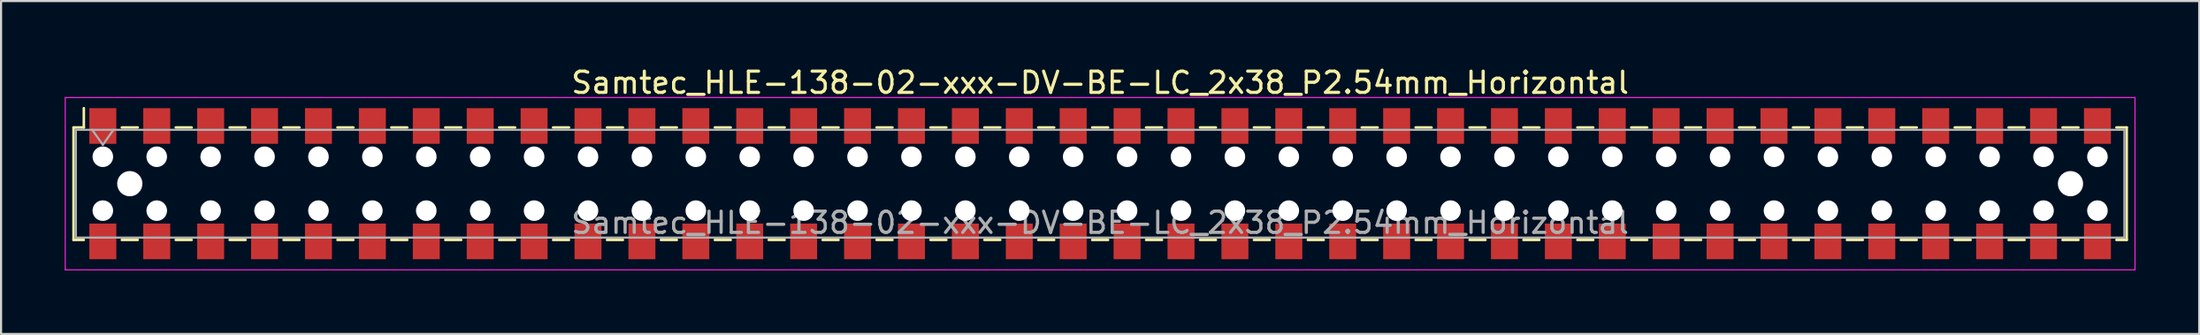
<source format=kicad_pcb>
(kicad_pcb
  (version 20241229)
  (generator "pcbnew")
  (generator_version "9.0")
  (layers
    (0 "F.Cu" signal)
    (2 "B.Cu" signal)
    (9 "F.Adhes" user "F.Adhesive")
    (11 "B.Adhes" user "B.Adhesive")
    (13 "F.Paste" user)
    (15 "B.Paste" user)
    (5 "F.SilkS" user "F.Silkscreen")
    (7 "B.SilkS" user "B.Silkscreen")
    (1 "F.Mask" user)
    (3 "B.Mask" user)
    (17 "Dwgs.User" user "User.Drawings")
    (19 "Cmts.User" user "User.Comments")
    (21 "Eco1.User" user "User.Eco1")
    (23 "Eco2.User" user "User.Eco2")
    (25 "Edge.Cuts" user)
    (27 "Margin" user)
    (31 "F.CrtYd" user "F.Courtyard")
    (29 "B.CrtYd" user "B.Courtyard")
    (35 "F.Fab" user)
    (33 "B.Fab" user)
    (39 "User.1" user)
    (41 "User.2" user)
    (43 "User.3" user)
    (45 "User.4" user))
  (footprint "Samtec_HLE-138-02-xxx-DV-BE-LC_2x38_P2.54mm_Horizontal"
    (layer "F.Cu")
    (at 48.785 5.608)
    (property "Reference" "Samtec_HLE-138-02-xxx-DV-BE-LC_2x38_P2.54mm_Horizontal" (at 0 -4.76 0) (layer "F.SilkS") (effects (font (size 1 1) (thickness 0.15))))
    (attr smd)
    (fp_line (start -48.37 -2.65) (end -48.37 2.65) (stroke (width 0.12) (type solid)) (layer "F.SilkS"))
    (fp_line (start -48.37 2.65) (end -47.885 2.65) (stroke (width 0.12) (type solid)) (layer "F.SilkS"))
    (fp_line (start -47.885 -3.56) (end -47.885 -2.65) (stroke (width 0.12) (type solid)) (layer "F.SilkS"))
    (fp_line (start -47.885 -2.65) (end -48.37 -2.65) (stroke (width 0.12) (type solid)) (layer "F.SilkS"))
    (fp_line (start -46.095 -2.65) (end -45.345 -2.65) (stroke (width 0.12) (type solid)) (layer "F.SilkS"))
    (fp_line (start -46.095 2.65) (end -45.345 2.65) (stroke (width 0.12) (type solid)) (layer "F.SilkS"))
    (fp_line (start -43.555 -2.65) (end -42.805 -2.65) (stroke (width 0.12) (type solid)) (layer "F.SilkS"))
    (fp_line (start -43.555 2.65) (end -42.805 2.65) (stroke (width 0.12) (type solid)) (layer "F.SilkS"))
    (fp_line (start -41.015 -2.65) (end -40.265 -2.65) (stroke (width 0.12) (type solid)) (layer "F.SilkS"))
    (fp_line (start -41.015 2.65) (end -40.265 2.65) (stroke (width 0.12) (type solid)) (layer "F.SilkS"))
    (fp_line (start -38.475 -2.65) (end -37.725 -2.65) (stroke (width 0.12) (type solid)) (layer "F.SilkS"))
    (fp_line (start -38.475 2.65) (end -37.725 2.65) (stroke (width 0.12) (type solid)) (layer "F.SilkS"))
    (fp_line (start -35.935 -2.65) (end -35.185 -2.65) (stroke (width 0.12) (type solid)) (layer "F.SilkS"))
    (fp_line (start -35.935 2.65) (end -35.185 2.65) (stroke (width 0.12) (type solid)) (layer "F.SilkS"))
    (fp_line (start -33.395 -2.65) (end -32.645 -2.65) (stroke (width 0.12) (type solid)) (layer "F.SilkS"))
    (fp_line (start -33.395 2.65) (end -32.645 2.65) (stroke (width 0.12) (type solid)) (layer "F.SilkS"))
    (fp_line (start -30.855 -2.65) (end -30.105 -2.65) (stroke (width 0.12) (type solid)) (layer "F.SilkS"))
    (fp_line (start -30.855 2.65) (end -30.105 2.65) (stroke (width 0.12) (type solid)) (layer "F.SilkS"))
    (fp_line (start -28.315 -2.65) (end -27.565 -2.65) (stroke (width 0.12) (type solid)) (layer "F.SilkS"))
    (fp_line (start -28.315 2.65) (end -27.565 2.65) (stroke (width 0.12) (type solid)) (layer "F.SilkS"))
    (fp_line (start -25.775 -2.65) (end -25.025 -2.65) (stroke (width 0.12) (type solid)) (layer "F.SilkS"))
    (fp_line (start -25.775 2.65) (end -25.025 2.65) (stroke (width 0.12) (type solid)) (layer "F.SilkS"))
    (fp_line (start -23.235 -2.65) (end -22.485 -2.65) (stroke (width 0.12) (type solid)) (layer "F.SilkS"))
    (fp_line (start -23.235 2.65) (end -22.485 2.65) (stroke (width 0.12) (type solid)) (layer "F.SilkS"))
    (fp_line (start -20.695 -2.65) (end -19.945 -2.65) (stroke (width 0.12) (type solid)) (layer "F.SilkS"))
    (fp_line (start -20.695 2.65) (end -19.945 2.65) (stroke (width 0.12) (type solid)) (layer "F.SilkS"))
    (fp_line (start -18.155 -2.65) (end -17.405 -2.65) (stroke (width 0.12) (type solid)) (layer "F.SilkS"))
    (fp_line (start -18.155 2.65) (end -17.405 2.65) (stroke (width 0.12) (type solid)) (layer "F.SilkS"))
    (fp_line (start -15.615 -2.65) (end -14.865 -2.65) (stroke (width 0.12) (type solid)) (layer "F.SilkS"))
    (fp_line (start -15.615 2.65) (end -14.865 2.65) (stroke (width 0.12) (type solid)) (layer "F.SilkS"))
    (fp_line (start -13.075 -2.65) (end -12.325 -2.65) (stroke (width 0.12) (type solid)) (layer "F.SilkS"))
    (fp_line (start -13.075 2.65) (end -12.325 2.65) (stroke (width 0.12) (type solid)) (layer "F.SilkS"))
    (fp_line (start -10.535 -2.65) (end -9.785 -2.65) (stroke (width 0.12) (type solid)) (layer "F.SilkS"))
    (fp_line (start -10.535 2.65) (end -9.785 2.65) (stroke (width 0.12) (type solid)) (layer "F.SilkS"))
    (fp_line (start -7.995 -2.65) (end -7.245 -2.65) (stroke (width 0.12) (type solid)) (layer "F.SilkS"))
    (fp_line (start -7.995 2.65) (end -7.245 2.65) (stroke (width 0.12) (type solid)) (layer "F.SilkS"))
    (fp_line (start -5.455 -2.65) (end -4.705 -2.65) (stroke (width 0.12) (type solid)) (layer "F.SilkS"))
    (fp_line (start -5.455 2.65) (end -4.705 2.65) (stroke (width 0.12) (type solid)) (layer "F.SilkS"))
    (fp_line (start -2.915 -2.65) (end -2.165 -2.65) (stroke (width 0.12) (type solid)) (layer "F.SilkS"))
    (fp_line (start -2.915 2.65) (end -2.165 2.65) (stroke (width 0.12) (type solid)) (layer "F.SilkS"))
    (fp_line (start -0.375 -2.65) (end 0.375 -2.65) (stroke (width 0.12) (type solid)) (layer "F.SilkS"))
    (fp_line (start -0.375 2.65) (end 0.375 2.65) (stroke (width 0.12) (type solid)) (layer "F.SilkS"))
    (fp_line (start 2.165 -2.65) (end 2.915 -2.65) (stroke (width 0.12) (type solid)) (layer "F.SilkS"))
    (fp_line (start 2.165 2.65) (end 2.915 2.65) (stroke (width 0.12) (type solid)) (layer "F.SilkS"))
    (fp_line (start 4.705 -2.65) (end 5.455 -2.65) (stroke (width 0.12) (type solid)) (layer "F.SilkS"))
    (fp_line (start 4.705 2.65) (end 5.455 2.65) (stroke (width 0.12) (type solid)) (layer "F.SilkS"))
    (fp_line (start 7.245 -2.65) (end 7.995 -2.65) (stroke (width 0.12) (type solid)) (layer "F.SilkS"))
    (fp_line (start 7.245 2.65) (end 7.995 2.65) (stroke (width 0.12) (type solid)) (layer "F.SilkS"))
    (fp_line (start 9.785 -2.65) (end 10.535 -2.65) (stroke (width 0.12) (type solid)) (layer "F.SilkS"))
    (fp_line (start 9.785 2.65) (end 10.535 2.65) (stroke (width 0.12) (type solid)) (layer "F.SilkS"))
    (fp_line (start 12.325 -2.65) (end 13.075 -2.65) (stroke (width 0.12) (type solid)) (layer "F.SilkS"))
    (fp_line (start 12.325 2.65) (end 13.075 2.65) (stroke (width 0.12) (type solid)) (layer "F.SilkS"))
    (fp_line (start 14.865 -2.65) (end 15.615 -2.65) (stroke (width 0.12) (type solid)) (layer "F.SilkS"))
    (fp_line (start 14.865 2.65) (end 15.615 2.65) (stroke (width 0.12) (type solid)) (layer "F.SilkS"))
    (fp_line (start 17.405 -2.65) (end 18.155 -2.65) (stroke (width 0.12) (type solid)) (layer "F.SilkS"))
    (fp_line (start 17.405 2.65) (end 18.155 2.65) (stroke (width 0.12) (type solid)) (layer "F.SilkS"))
    (fp_line (start 19.945 -2.65) (end 20.695 -2.65) (stroke (width 0.12) (type solid)) (layer "F.SilkS"))
    (fp_line (start 19.945 2.65) (end 20.695 2.65) (stroke (width 0.12) (type solid)) (layer "F.SilkS"))
    (fp_line (start 22.485 -2.65) (end 23.235 -2.65) (stroke (width 0.12) (type solid)) (layer "F.SilkS"))
    (fp_line (start 22.485 2.65) (end 23.235 2.65) (stroke (width 0.12) (type solid)) (layer "F.SilkS"))
    (fp_line (start 25.025 -2.65) (end 25.775 -2.65) (stroke (width 0.12) (type solid)) (layer "F.SilkS"))
    (fp_line (start 25.025 2.65) (end 25.775 2.65) (stroke (width 0.12) (type solid)) (layer "F.SilkS"))
    (fp_line (start 27.565 -2.65) (end 28.315 -2.65) (stroke (width 0.12) (type solid)) (layer "F.SilkS"))
    (fp_line (start 27.565 2.65) (end 28.315 2.65) (stroke (width 0.12) (type solid)) (layer "F.SilkS"))
    (fp_line (start 30.105 -2.65) (end 30.855 -2.65) (stroke (width 0.12) (type solid)) (layer "F.SilkS"))
    (fp_line (start 30.105 2.65) (end 30.855 2.65) (stroke (width 0.12) (type solid)) (layer "F.SilkS"))
    (fp_line (start 32.645 -2.65) (end 33.395 -2.65) (stroke (width 0.12) (type solid)) (layer "F.SilkS"))
    (fp_line (start 32.645 2.65) (end 33.395 2.65) (stroke (width 0.12) (type solid)) (layer "F.SilkS"))
    (fp_line (start 35.185 -2.65) (end 35.935 -2.65) (stroke (width 0.12) (type solid)) (layer "F.SilkS"))
    (fp_line (start 35.185 2.65) (end 35.935 2.65) (stroke (width 0.12) (type solid)) (layer "F.SilkS"))
    (fp_line (start 37.725 -2.65) (end 38.475 -2.65) (stroke (width 0.12) (type solid)) (layer "F.SilkS"))
    (fp_line (start 37.725 2.65) (end 38.475 2.65) (stroke (width 0.12) (type solid)) (layer "F.SilkS"))
    (fp_line (start 40.265 -2.65) (end 41.015 -2.65) (stroke (width 0.12) (type solid)) (layer "F.SilkS"))
    (fp_line (start 40.265 2.65) (end 41.015 2.65) (stroke (width 0.12) (type solid)) (layer "F.SilkS"))
    (fp_line (start 42.805 -2.65) (end 43.555 -2.65) (stroke (width 0.12) (type solid)) (layer "F.SilkS"))
    (fp_line (start 42.805 2.65) (end 43.555 2.65) (stroke (width 0.12) (type solid)) (layer "F.SilkS"))
    (fp_line (start 45.345 -2.65) (end 46.095 -2.65) (stroke (width 0.12) (type solid)) (layer "F.SilkS"))
    (fp_line (start 45.345 2.65) (end 46.095 2.65) (stroke (width 0.12) (type solid)) (layer "F.SilkS"))
    (fp_line (start 47.885 -2.65) (end 48.37 -2.65) (stroke (width 0.12) (type solid)) (layer "F.SilkS"))
    (fp_line (start 48.37 -2.65) (end 48.37 2.65) (stroke (width 0.12) (type solid)) (layer "F.SilkS"))
    (fp_line (start 48.37 2.65) (end 47.885 2.65) (stroke (width 0.12) (type solid)) (layer "F.SilkS"))
    (fp_line (start -48.76 -4.06) (end 48.76 -4.06) (stroke (width 0.05) (type solid)) (layer "F.CrtYd"))
    (fp_line (start -48.76 4.06) (end -48.76 -4.06) (stroke (width 0.05) (type solid)) (layer "F.CrtYd"))
    (fp_line (start 48.76 -4.06) (end 48.76 4.06) (stroke (width 0.05) (type solid)) (layer "F.CrtYd"))
    (fp_line (start 48.76 4.06) (end -48.76 4.06) (stroke (width 0.05) (type solid)) (layer "F.CrtYd"))
    (fp_line (start -48.26 -2.54) (end 48.26 -2.54) (stroke (width 0.1) (type solid)) (layer "F.Fab"))
    (fp_line (start -48.26 2.54) (end -48.26 -2.54) (stroke (width 0.1) (type solid)) (layer "F.Fab"))
    (fp_line (start -47.49 -2.54) (end -46.99 -1.833) (stroke (width 0.1) (type solid)) (layer "F.Fab"))
    (fp_line (start -46.99 -1.833) (end -46.49 -2.54) (stroke (width 0.1) (type solid)) (layer "F.Fab"))
    (fp_line (start 48.26 -2.54) (end 48.26 2.54) (stroke (width 0.1) (type solid)) (layer "F.Fab"))
    (fp_line (start 48.26 2.54) (end -48.26 2.54) (stroke (width 0.1) (type solid)) (layer "F.Fab"))
    (fp_text user "${REFERENCE}" (at 0 1.84 0) (layer "F.Fab") (effects (font (size 1 1) (thickness 0.15))))
    (pad "" np_thru_hole circle (at -46.99 -1.27) (size 0.97 0.97) (drill 0.97) (layers "*.Cu" "*.Mask"))
    (pad "" np_thru_hole circle (at -46.99 1.27) (size 0.97 0.97) (drill 0.97) (layers "*.Cu" "*.Mask"))
    (pad "" np_thru_hole circle (at -45.72 0) (size 1.19 1.19) (drill 1.19) (layers "*.Cu" "*.Mask"))
    (pad "" np_thru_hole circle (at -44.45 -1.27) (size 0.97 0.97) (drill 0.97) (layers "*.Cu" "*.Mask"))
    (pad "" np_thru_hole circle (at -44.45 1.27) (size 0.97 0.97) (drill 0.97) (layers "*.Cu" "*.Mask"))
    (pad "" np_thru_hole circle (at -41.91 -1.27) (size 0.97 0.97) (drill 0.97) (layers "*.Cu" "*.Mask"))
    (pad "" np_thru_hole circle (at -41.91 1.27) (size 0.97 0.97) (drill 0.97) (layers "*.Cu" "*.Mask"))
    (pad "" np_thru_hole circle (at -39.37 -1.27) (size 0.97 0.97) (drill 0.97) (layers "*.Cu" "*.Mask"))
    (pad "" np_thru_hole circle (at -39.37 1.27) (size 0.97 0.97) (drill 0.97) (layers "*.Cu" "*.Mask"))
    (pad "" np_thru_hole circle (at -36.83 -1.27) (size 0.97 0.97) (drill 0.97) (layers "*.Cu" "*.Mask"))
    (pad "" np_thru_hole circle (at -36.83 1.27) (size 0.97 0.97) (drill 0.97) (layers "*.Cu" "*.Mask"))
    (pad "" np_thru_hole circle (at -34.29 -1.27) (size 0.97 0.97) (drill 0.97) (layers "*.Cu" "*.Mask"))
    (pad "" np_thru_hole circle (at -34.29 1.27) (size 0.97 0.97) (drill 0.97) (layers "*.Cu" "*.Mask"))
    (pad "" np_thru_hole circle (at -31.75 -1.27) (size 0.97 0.97) (drill 0.97) (layers "*.Cu" "*.Mask"))
    (pad "" np_thru_hole circle (at -31.75 1.27) (size 0.97 0.97) (drill 0.97) (layers "*.Cu" "*.Mask"))
    (pad "" np_thru_hole circle (at -29.21 -1.27) (size 0.97 0.97) (drill 0.97) (layers "*.Cu" "*.Mask"))
    (pad "" np_thru_hole circle (at -29.21 1.27) (size 0.97 0.97) (drill 0.97) (layers "*.Cu" "*.Mask"))
    (pad "" np_thru_hole circle (at -26.67 -1.27) (size 0.97 0.97) (drill 0.97) (layers "*.Cu" "*.Mask"))
    (pad "" np_thru_hole circle (at -26.67 1.27) (size 0.97 0.97) (drill 0.97) (layers "*.Cu" "*.Mask"))
    (pad "" np_thru_hole circle (at -24.13 -1.27) (size 0.97 0.97) (drill 0.97) (layers "*.Cu" "*.Mask"))
    (pad "" np_thru_hole circle (at -24.13 1.27) (size 0.97 0.97) (drill 0.97) (layers "*.Cu" "*.Mask"))
    (pad "" np_thru_hole circle (at -21.59 -1.27) (size 0.97 0.97) (drill 0.97) (layers "*.Cu" "*.Mask"))
    (pad "" np_thru_hole circle (at -21.59 1.27) (size 0.97 0.97) (drill 0.97) (layers "*.Cu" "*.Mask"))
    (pad "" np_thru_hole circle (at -19.05 -1.27) (size 0.97 0.97) (drill 0.97) (layers "*.Cu" "*.Mask"))
    (pad "" np_thru_hole circle (at -19.05 1.27) (size 0.97 0.97) (drill 0.97) (layers "*.Cu" "*.Mask"))
    (pad "" np_thru_hole circle (at -16.51 -1.27) (size 0.97 0.97) (drill 0.97) (layers "*.Cu" "*.Mask"))
    (pad "" np_thru_hole circle (at -16.51 1.27) (size 0.97 0.97) (drill 0.97) (layers "*.Cu" "*.Mask"))
    (pad "" np_thru_hole circle (at -13.97 -1.27) (size 0.97 0.97) (drill 0.97) (layers "*.Cu" "*.Mask"))
    (pad "" np_thru_hole circle (at -13.97 1.27) (size 0.97 0.97) (drill 0.97) (layers "*.Cu" "*.Mask"))
    (pad "" np_thru_hole circle (at -11.43 -1.27) (size 0.97 0.97) (drill 0.97) (layers "*.Cu" "*.Mask"))
    (pad "" np_thru_hole circle (at -11.43 1.27) (size 0.97 0.97) (drill 0.97) (layers "*.Cu" "*.Mask"))
    (pad "" np_thru_hole circle (at -8.89 -1.27) (size 0.97 0.97) (drill 0.97) (layers "*.Cu" "*.Mask"))
    (pad "" np_thru_hole circle (at -8.89 1.27) (size 0.97 0.97) (drill 0.97) (layers "*.Cu" "*.Mask"))
    (pad "" np_thru_hole circle (at -6.35 -1.27) (size 0.97 0.97) (drill 0.97) (layers "*.Cu" "*.Mask"))
    (pad "" np_thru_hole circle (at -6.35 1.27) (size 0.97 0.97) (drill 0.97) (layers "*.Cu" "*.Mask"))
    (pad "" np_thru_hole circle (at -3.81 -1.27) (size 0.97 0.97) (drill 0.97) (layers "*.Cu" "*.Mask"))
    (pad "" np_thru_hole circle (at -3.81 1.27) (size 0.97 0.97) (drill 0.97) (layers "*.Cu" "*.Mask"))
    (pad "" np_thru_hole circle (at -1.27 -1.27) (size 0.97 0.97) (drill 0.97) (layers "*.Cu" "*.Mask"))
    (pad "" np_thru_hole circle (at -1.27 1.27) (size 0.97 0.97) (drill 0.97) (layers "*.Cu" "*.Mask"))
    (pad "" np_thru_hole circle (at 1.27 -1.27) (size 0.97 0.97) (drill 0.97) (layers "*.Cu" "*.Mask"))
    (pad "" np_thru_hole circle (at 1.27 1.27) (size 0.97 0.97) (drill 0.97) (layers "*.Cu" "*.Mask"))
    (pad "" np_thru_hole circle (at 3.81 -1.27) (size 0.97 0.97) (drill 0.97) (layers "*.Cu" "*.Mask"))
    (pad "" np_thru_hole circle (at 3.81 1.27) (size 0.97 0.97) (drill 0.97) (layers "*.Cu" "*.Mask"))
    (pad "" np_thru_hole circle (at 6.35 -1.27) (size 0.97 0.97) (drill 0.97) (layers "*.Cu" "*.Mask"))
    (pad "" np_thru_hole circle (at 6.35 1.27) (size 0.97 0.97) (drill 0.97) (layers "*.Cu" "*.Mask"))
    (pad "" np_thru_hole circle (at 8.89 -1.27) (size 0.97 0.97) (drill 0.97) (layers "*.Cu" "*.Mask"))
    (pad "" np_thru_hole circle (at 8.89 1.27) (size 0.97 0.97) (drill 0.97) (layers "*.Cu" "*.Mask"))
    (pad "" np_thru_hole circle (at 11.43 -1.27) (size 0.97 0.97) (drill 0.97) (layers "*.Cu" "*.Mask"))
    (pad "" np_thru_hole circle (at 11.43 1.27) (size 0.97 0.97) (drill 0.97) (layers "*.Cu" "*.Mask"))
    (pad "" np_thru_hole circle (at 13.97 -1.27) (size 0.97 0.97) (drill 0.97) (layers "*.Cu" "*.Mask"))
    (pad "" np_thru_hole circle (at 13.97 1.27) (size 0.97 0.97) (drill 0.97) (layers "*.Cu" "*.Mask"))
    (pad "" np_thru_hole circle (at 16.51 -1.27) (size 0.97 0.97) (drill 0.97) (layers "*.Cu" "*.Mask"))
    (pad "" np_thru_hole circle (at 16.51 1.27) (size 0.97 0.97) (drill 0.97) (layers "*.Cu" "*.Mask"))
    (pad "" np_thru_hole circle (at 19.05 -1.27) (size 0.97 0.97) (drill 0.97) (layers "*.Cu" "*.Mask"))
    (pad "" np_thru_hole circle (at 19.05 1.27) (size 0.97 0.97) (drill 0.97) (layers "*.Cu" "*.Mask"))
    (pad "" np_thru_hole circle (at 21.59 -1.27) (size 0.97 0.97) (drill 0.97) (layers "*.Cu" "*.Mask"))
    (pad "" np_thru_hole circle (at 21.59 1.27) (size 0.97 0.97) (drill 0.97) (layers "*.Cu" "*.Mask"))
    (pad "" np_thru_hole circle (at 24.13 -1.27) (size 0.97 0.97) (drill 0.97) (layers "*.Cu" "*.Mask"))
    (pad "" np_thru_hole circle (at 24.13 1.27) (size 0.97 0.97) (drill 0.97) (layers "*.Cu" "*.Mask"))
    (pad "" np_thru_hole circle (at 26.67 -1.27) (size 0.97 0.97) (drill 0.97) (layers "*.Cu" "*.Mask"))
    (pad "" np_thru_hole circle (at 26.67 1.27) (size 0.97 0.97) (drill 0.97) (layers "*.Cu" "*.Mask"))
    (pad "" np_thru_hole circle (at 29.21 -1.27) (size 0.97 0.97) (drill 0.97) (layers "*.Cu" "*.Mask"))
    (pad "" np_thru_hole circle (at 29.21 1.27) (size 0.97 0.97) (drill 0.97) (layers "*.Cu" "*.Mask"))
    (pad "" np_thru_hole circle (at 31.75 -1.27) (size 0.97 0.97) (drill 0.97) (layers "*.Cu" "*.Mask"))
    (pad "" np_thru_hole circle (at 31.75 1.27) (size 0.97 0.97) (drill 0.97) (layers "*.Cu" "*.Mask"))
    (pad "" np_thru_hole circle (at 34.29 -1.27) (size 0.97 0.97) (drill 0.97) (layers "*.Cu" "*.Mask"))
    (pad "" np_thru_hole circle (at 34.29 1.27) (size 0.97 0.97) (drill 0.97) (layers "*.Cu" "*.Mask"))
    (pad "" np_thru_hole circle (at 36.83 -1.27) (size 0.97 0.97) (drill 0.97) (layers "*.Cu" "*.Mask"))
    (pad "" np_thru_hole circle (at 36.83 1.27) (size 0.97 0.97) (drill 0.97) (layers "*.Cu" "*.Mask"))
    (pad "" np_thru_hole circle (at 39.37 -1.27) (size 0.97 0.97) (drill 0.97) (layers "*.Cu" "*.Mask"))
    (pad "" np_thru_hole circle (at 39.37 1.27) (size 0.97 0.97) (drill 0.97) (layers "*.Cu" "*.Mask"))
    (pad "" np_thru_hole circle (at 41.91 -1.27) (size 0.97 0.97) (drill 0.97) (layers "*.Cu" "*.Mask"))
    (pad "" np_thru_hole circle (at 41.91 1.27) (size 0.97 0.97) (drill 0.97) (layers "*.Cu" "*.Mask"))
    (pad "" np_thru_hole circle (at 44.45 -1.27) (size 0.97 0.97) (drill 0.97) (layers "*.Cu" "*.Mask"))
    (pad "" np_thru_hole circle (at 44.45 1.27) (size 0.97 0.97) (drill 0.97) (layers "*.Cu" "*.Mask"))
    (pad "" np_thru_hole circle (at 45.72 0) (size 1.19 1.19) (drill 1.19) (layers "*.Cu" "*.Mask"))
    (pad "" np_thru_hole circle (at 46.99 -1.27) (size 0.97 0.97) (drill 0.97) (layers "*.Cu" "*.Mask"))
    (pad "" np_thru_hole circle (at 46.99 1.27) (size 0.97 0.97) (drill 0.97) (layers "*.Cu" "*.Mask"))
    (pad "1" smd rect (at -46.99 -2.72) (size 1.27 1.68) (layers "F.Cu" "F.Mask" "F.Paste"))
    (pad "2" smd rect (at -46.99 2.72) (size 1.27 1.68) (layers "F.Cu" "F.Mask" "F.Paste"))
    (pad "3" smd rect (at -44.45 -2.72) (size 1.27 1.68) (layers "F.Cu" "F.Mask" "F.Paste"))
    (pad "4" smd rect (at -44.45 2.72) (size 1.27 1.68) (layers "F.Cu" "F.Mask" "F.Paste"))
    (pad "5" smd rect (at -41.91 -2.72) (size 1.27 1.68) (layers "F.Cu" "F.Mask" "F.Paste"))
    (pad "6" smd rect (at -41.91 2.72) (size 1.27 1.68) (layers "F.Cu" "F.Mask" "F.Paste"))
    (pad "7" smd rect (at -39.37 -2.72) (size 1.27 1.68) (layers "F.Cu" "F.Mask" "F.Paste"))
    (pad "8" smd rect (at -39.37 2.72) (size 1.27 1.68) (layers "F.Cu" "F.Mask" "F.Paste"))
    (pad "9" smd rect (at -36.83 -2.72) (size 1.27 1.68) (layers "F.Cu" "F.Mask" "F.Paste"))
    (pad "10" smd rect (at -36.83 2.72) (size 1.27 1.68) (layers "F.Cu" "F.Mask" "F.Paste"))
    (pad "11" smd rect (at -34.29 -2.72) (size 1.27 1.68) (layers "F.Cu" "F.Mask" "F.Paste"))
    (pad "12" smd rect (at -34.29 2.72) (size 1.27 1.68) (layers "F.Cu" "F.Mask" "F.Paste"))
    (pad "13" smd rect (at -31.75 -2.72) (size 1.27 1.68) (layers "F.Cu" "F.Mask" "F.Paste"))
    (pad "14" smd rect (at -31.75 2.72) (size 1.27 1.68) (layers "F.Cu" "F.Mask" "F.Paste"))
    (pad "15" smd rect (at -29.21 -2.72) (size 1.27 1.68) (layers "F.Cu" "F.Mask" "F.Paste"))
    (pad "16" smd rect (at -29.21 2.72) (size 1.27 1.68) (layers "F.Cu" "F.Mask" "F.Paste"))
    (pad "17" smd rect (at -26.67 -2.72) (size 1.27 1.68) (layers "F.Cu" "F.Mask" "F.Paste"))
    (pad "18" smd rect (at -26.67 2.72) (size 1.27 1.68) (layers "F.Cu" "F.Mask" "F.Paste"))
    (pad "19" smd rect (at -24.13 -2.72) (size 1.27 1.68) (layers "F.Cu" "F.Mask" "F.Paste"))
    (pad "20" smd rect (at -24.13 2.72) (size 1.27 1.68) (layers "F.Cu" "F.Mask" "F.Paste"))
    (pad "21" smd rect (at -21.59 -2.72) (size 1.27 1.68) (layers "F.Cu" "F.Mask" "F.Paste"))
    (pad "22" smd rect (at -21.59 2.72) (size 1.27 1.68) (layers "F.Cu" "F.Mask" "F.Paste"))
    (pad "23" smd rect (at -19.05 -2.72) (size 1.27 1.68) (layers "F.Cu" "F.Mask" "F.Paste"))
    (pad "24" smd rect (at -19.05 2.72) (size 1.27 1.68) (layers "F.Cu" "F.Mask" "F.Paste"))
    (pad "25" smd rect (at -16.51 -2.72) (size 1.27 1.68) (layers "F.Cu" "F.Mask" "F.Paste"))
    (pad "26" smd rect (at -16.51 2.72) (size 1.27 1.68) (layers "F.Cu" "F.Mask" "F.Paste"))
    (pad "27" smd rect (at -13.97 -2.72) (size 1.27 1.68) (layers "F.Cu" "F.Mask" "F.Paste"))
    (pad "28" smd rect (at -13.97 2.72) (size 1.27 1.68) (layers "F.Cu" "F.Mask" "F.Paste"))
    (pad "29" smd rect (at -11.43 -2.72) (size 1.27 1.68) (layers "F.Cu" "F.Mask" "F.Paste"))
    (pad "30" smd rect (at -11.43 2.72) (size 1.27 1.68) (layers "F.Cu" "F.Mask" "F.Paste"))
    (pad "31" smd rect (at -8.89 -2.72) (size 1.27 1.68) (layers "F.Cu" "F.Mask" "F.Paste"))
    (pad "32" smd rect (at -8.89 2.72) (size 1.27 1.68) (layers "F.Cu" "F.Mask" "F.Paste"))
    (pad "33" smd rect (at -6.35 -2.72) (size 1.27 1.68) (layers "F.Cu" "F.Mask" "F.Paste"))
    (pad "34" smd rect (at -6.35 2.72) (size 1.27 1.68) (layers "F.Cu" "F.Mask" "F.Paste"))
    (pad "35" smd rect (at -3.81 -2.72) (size 1.27 1.68) (layers "F.Cu" "F.Mask" "F.Paste"))
    (pad "36" smd rect (at -3.81 2.72) (size 1.27 1.68) (layers "F.Cu" "F.Mask" "F.Paste"))
    (pad "37" smd rect (at -1.27 -2.72) (size 1.27 1.68) (layers "F.Cu" "F.Mask" "F.Paste"))
    (pad "38" smd rect (at -1.27 2.72) (size 1.27 1.68) (layers "F.Cu" "F.Mask" "F.Paste"))
    (pad "39" smd rect (at 1.27 -2.72) (size 1.27 1.68) (layers "F.Cu" "F.Mask" "F.Paste"))
    (pad "40" smd rect (at 1.27 2.72) (size 1.27 1.68) (layers "F.Cu" "F.Mask" "F.Paste"))
    (pad "41" smd rect (at 3.81 -2.72) (size 1.27 1.68) (layers "F.Cu" "F.Mask" "F.Paste"))
    (pad "42" smd rect (at 3.81 2.72) (size 1.27 1.68) (layers "F.Cu" "F.Mask" "F.Paste"))
    (pad "43" smd rect (at 6.35 -2.72) (size 1.27 1.68) (layers "F.Cu" "F.Mask" "F.Paste"))
    (pad "44" smd rect (at 6.35 2.72) (size 1.27 1.68) (layers "F.Cu" "F.Mask" "F.Paste"))
    (pad "45" smd rect (at 8.89 -2.72) (size 1.27 1.68) (layers "F.Cu" "F.Mask" "F.Paste"))
    (pad "46" smd rect (at 8.89 2.72) (size 1.27 1.68) (layers "F.Cu" "F.Mask" "F.Paste"))
    (pad "47" smd rect (at 11.43 -2.72) (size 1.27 1.68) (layers "F.Cu" "F.Mask" "F.Paste"))
    (pad "48" smd rect (at 11.43 2.72) (size 1.27 1.68) (layers "F.Cu" "F.Mask" "F.Paste"))
    (pad "49" smd rect (at 13.97 -2.72) (size 1.27 1.68) (layers "F.Cu" "F.Mask" "F.Paste"))
    (pad "50" smd rect (at 13.97 2.72) (size 1.27 1.68) (layers "F.Cu" "F.Mask" "F.Paste"))
    (pad "51" smd rect (at 16.51 -2.72) (size 1.27 1.68) (layers "F.Cu" "F.Mask" "F.Paste"))
    (pad "52" smd rect (at 16.51 2.72) (size 1.27 1.68) (layers "F.Cu" "F.Mask" "F.Paste"))
    (pad "53" smd rect (at 19.05 -2.72) (size 1.27 1.68) (layers "F.Cu" "F.Mask" "F.Paste"))
    (pad "54" smd rect (at 19.05 2.72) (size 1.27 1.68) (layers "F.Cu" "F.Mask" "F.Paste"))
    (pad "55" smd rect (at 21.59 -2.72) (size 1.27 1.68) (layers "F.Cu" "F.Mask" "F.Paste"))
    (pad "56" smd rect (at 21.59 2.72) (size 1.27 1.68) (layers "F.Cu" "F.Mask" "F.Paste"))
    (pad "57" smd rect (at 24.13 -2.72) (size 1.27 1.68) (layers "F.Cu" "F.Mask" "F.Paste"))
    (pad "58" smd rect (at 24.13 2.72) (size 1.27 1.68) (layers "F.Cu" "F.Mask" "F.Paste"))
    (pad "59" smd rect (at 26.67 -2.72) (size 1.27 1.68) (layers "F.Cu" "F.Mask" "F.Paste"))
    (pad "60" smd rect (at 26.67 2.72) (size 1.27 1.68) (layers "F.Cu" "F.Mask" "F.Paste"))
    (pad "61" smd rect (at 29.21 -2.72) (size 1.27 1.68) (layers "F.Cu" "F.Mask" "F.Paste"))
    (pad "62" smd rect (at 29.21 2.72) (size 1.27 1.68) (layers "F.Cu" "F.Mask" "F.Paste"))
    (pad "63" smd rect (at 31.75 -2.72) (size 1.27 1.68) (layers "F.Cu" "F.Mask" "F.Paste"))
    (pad "64" smd rect (at 31.75 2.72) (size 1.27 1.68) (layers "F.Cu" "F.Mask" "F.Paste"))
    (pad "65" smd rect (at 34.29 -2.72) (size 1.27 1.68) (layers "F.Cu" "F.Mask" "F.Paste"))
    (pad "66" smd rect (at 34.29 2.72) (size 1.27 1.68) (layers "F.Cu" "F.Mask" "F.Paste"))
    (pad "67" smd rect (at 36.83 -2.72) (size 1.27 1.68) (layers "F.Cu" "F.Mask" "F.Paste"))
    (pad "68" smd rect (at 36.83 2.72) (size 1.27 1.68) (layers "F.Cu" "F.Mask" "F.Paste"))
    (pad "69" smd rect (at 39.37 -2.72) (size 1.27 1.68) (layers "F.Cu" "F.Mask" "F.Paste"))
    (pad "70" smd rect (at 39.37 2.72) (size 1.27 1.68) (layers "F.Cu" "F.Mask" "F.Paste"))
    (pad "71" smd rect (at 41.91 -2.72) (size 1.27 1.68) (layers "F.Cu" "F.Mask" "F.Paste"))
    (pad "72" smd rect (at 41.91 2.72) (size 1.27 1.68) (layers "F.Cu" "F.Mask" "F.Paste"))
    (pad "73" smd rect (at 44.45 -2.72) (size 1.27 1.68) (layers "F.Cu" "F.Mask" "F.Paste"))
    (pad "74" smd rect (at 44.45 2.72) (size 1.27 1.68) (layers "F.Cu" "F.Mask" "F.Paste"))
    (pad "75" smd rect (at 46.99 -2.72) (size 1.27 1.68) (layers "F.Cu" "F.Mask" "F.Paste"))
    (pad "76" smd rect (at 46.99 2.72) (size 1.27 1.68) (layers "F.Cu" "F.Mask" "F.Paste")))
  (gr_rect
    (start -3 -3)
    (end 100.57 12.693)
    (stroke (width 0.1) (type default))
    (fill no)
    (layer "Edge.Cuts")))
</source>
